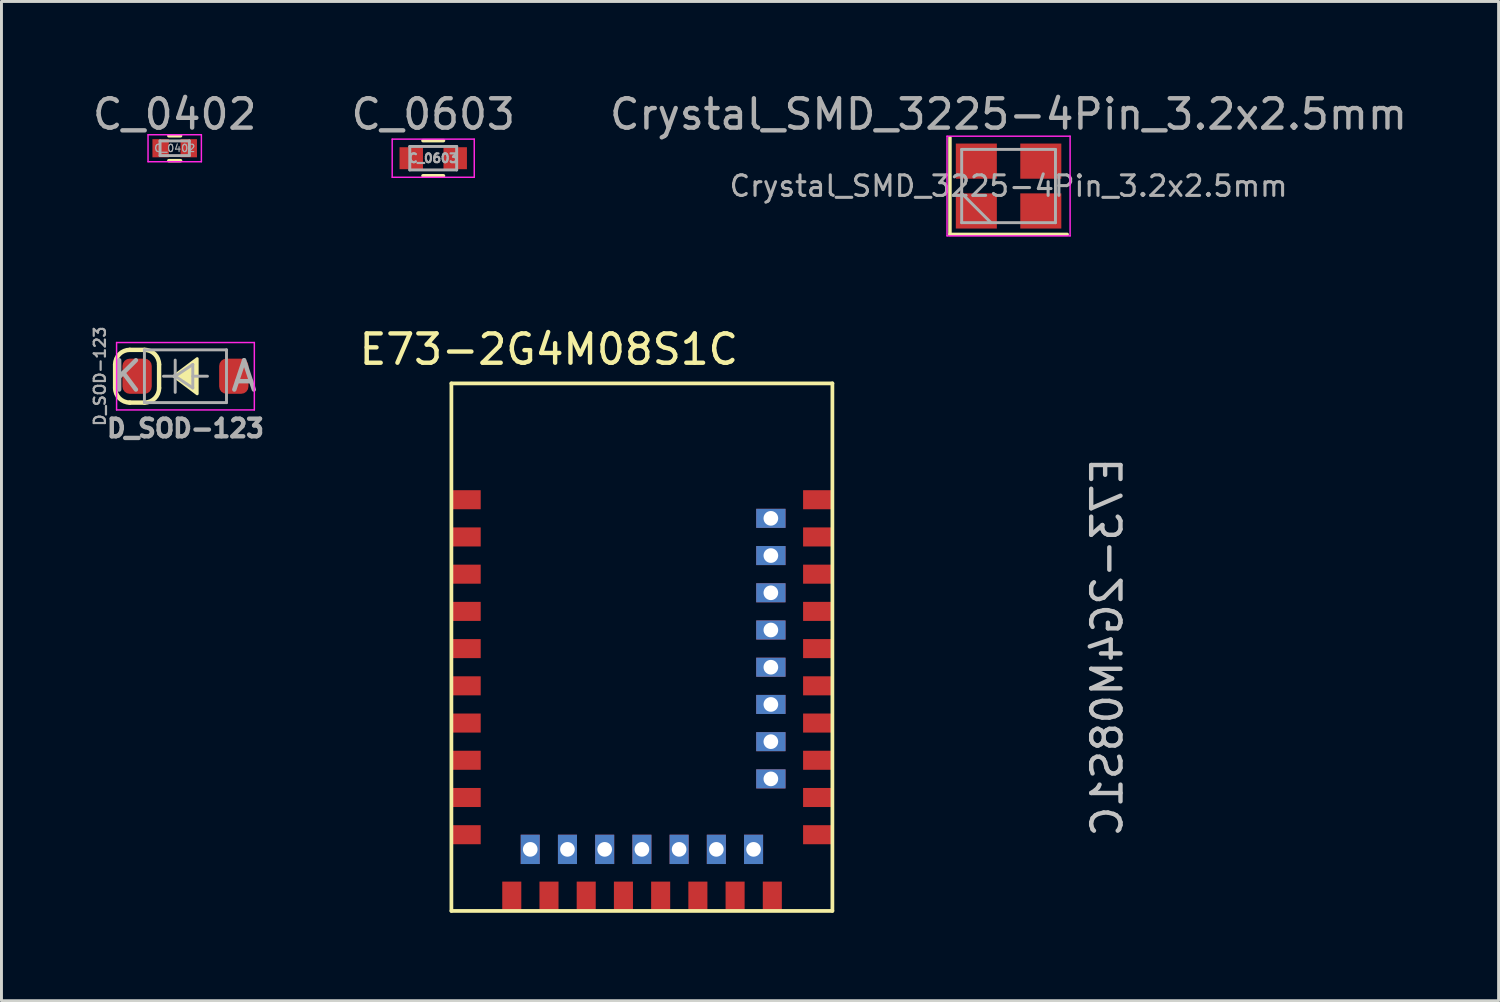
<source format=kicad_pcb>
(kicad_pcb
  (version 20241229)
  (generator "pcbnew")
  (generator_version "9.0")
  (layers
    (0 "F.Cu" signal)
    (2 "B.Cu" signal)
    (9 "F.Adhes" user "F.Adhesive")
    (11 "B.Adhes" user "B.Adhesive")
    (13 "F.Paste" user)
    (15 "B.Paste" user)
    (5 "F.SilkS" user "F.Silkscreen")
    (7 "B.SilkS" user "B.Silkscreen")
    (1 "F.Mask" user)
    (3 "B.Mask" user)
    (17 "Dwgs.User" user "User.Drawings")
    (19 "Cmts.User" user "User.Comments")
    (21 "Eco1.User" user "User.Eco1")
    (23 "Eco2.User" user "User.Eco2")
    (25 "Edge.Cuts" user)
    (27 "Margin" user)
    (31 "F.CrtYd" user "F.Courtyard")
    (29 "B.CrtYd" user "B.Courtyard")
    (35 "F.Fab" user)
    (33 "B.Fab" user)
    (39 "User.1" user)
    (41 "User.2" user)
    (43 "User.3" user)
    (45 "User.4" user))
  (footprint "D_SOD-123"
    (layer "F.Cu")
    (at 3.278 9.787)
    (property "Reference" "D_SOD-123" (at -0.00012 1.779 180) (layer "F.Fab") (effects (font (size 0.6 0.6) (thickness 0.15))))
    (attr smd)
    (fp_line (start -2.4 -0.4) (end -2.4 0.4) (stroke (width 0.15) (type solid)) (layer "F.SilkS"))
    (fp_line (start -1.9 -0.9) (end -1.4 -0.9) (stroke (width 0.15) (type solid)) (layer "F.SilkS"))
    (fp_line (start -1.4 0.9) (end -1.9 0.9) (stroke (width 0.15) (type solid)) (layer "F.SilkS"))
    (fp_line (start -0.9 -0.4) (end -0.9 0.4) (stroke (width 0.15) (type solid)) (layer "F.SilkS"))
    (fp_arc (start -2.4 -0.4) (mid -2.253553 -0.753553) (end -1.9 -0.9) (stroke (width 0.15) (type solid)) (layer "F.SilkS"))
    (fp_arc (start -1.9 0.9) (mid -2.253553 0.753553) (end -2.4 0.4) (stroke (width 0.15) (type solid)) (layer "F.SilkS"))
    (fp_arc (start -1.4 -0.9) (mid -1.046447 -0.753553) (end -0.9 -0.4) (stroke (width 0.15) (type solid)) (layer "F.SilkS"))
    (fp_arc (start -0.9 0.4) (mid -1.046447 0.753553) (end -1.4 0.9) (stroke (width 0.15) (type solid)) (layer "F.SilkS"))
    (fp_poly (pts (xy -0.4 0) (xy 0.4 -0.6) (xy 0.4 0.6)) (stroke (width 0.1) (type solid)) (fill yes) (layer "F.SilkS"))
    (fp_line (start -2.35 -1.15) (end -2.35 1.15) (stroke (width 0.05) (type solid)) (layer "F.CrtYd"))
    (fp_line (start -2.35 -1.15) (end 2.35 -1.15) (stroke (width 0.05) (type solid)) (layer "F.CrtYd"))
    (fp_line (start 2.35 -1.15) (end 2.35 1.15) (stroke (width 0.05) (type solid)) (layer "F.CrtYd"))
    (fp_line (start 2.35 1.15) (end -2.35 1.15) (stroke (width 0.05) (type solid)) (layer "F.CrtYd"))
    (fp_line (start -1.4 -0.9) (end 1.4 -0.9) (stroke (width 0.1) (type solid)) (layer "F.Fab"))
    (fp_line (start -1.4 0.9) (end -1.4 -0.9) (stroke (width 0.1) (type solid)) (layer "F.Fab"))
    (fp_line (start -0.75 0) (end -0.35 0) (stroke (width 0.1) (type solid)) (layer "F.Fab"))
    (fp_line (start -0.35 0) (end -0.35 -0.55) (stroke (width 0.1) (type solid)) (layer "F.Fab"))
    (fp_line (start -0.35 0) (end -0.35 0.55) (stroke (width 0.1) (type solid)) (layer "F.Fab"))
    (fp_line (start -0.35 0) (end 0.25 -0.4) (stroke (width 0.1) (type solid)) (layer "F.Fab"))
    (fp_line (start 0.25 -0.4) (end 0.25 0.4) (stroke (width 0.1) (type solid)) (layer "F.Fab"))
    (fp_line (start 0.25 0) (end 0.75 0) (stroke (width 0.1) (type solid)) (layer "F.Fab"))
    (fp_line (start 0.25 0.4) (end -0.35 0) (stroke (width 0.1) (type solid)) (layer "F.Fab"))
    (fp_line (start 1.4 -0.9) (end 1.4 0.9) (stroke (width 0.1) (type solid)) (layer "F.Fab"))
    (fp_line (start 1.4 0.9) (end -1.4 0.9) (stroke (width 0.1) (type solid)) (layer "F.Fab"))
    (fp_text user "K" (at -2 0 0) (layer "F.Fab") (effects (font (size 1 1) (thickness 0.15))))
    (fp_text user "A" (at 2 0 0) (layer "F.Fab") (effects (font (size 1 1) (thickness 0.15))))
    (fp_text user "${REFERENCE}" (at -2.921 0 270) (layer "F.Fab") (effects (font (size 0.381 0.381) (thickness 0.076))))
    (pad "1" smd roundrect (at -1.65 0) (size 1 1.2) (layers "F.Cu" "F.Mask" "F.Paste") (roundrect_rratio 0.25))
    (pad "2" smd roundrect (at 1.65 0) (size 1 1.2) (layers "F.Cu" "F.Mask" "F.Paste") (roundrect_rratio 0.25)))
  (footprint "C_0402"
    (layer "F.Cu")
    (at 2.911 2.008)
    (property "Reference" "C_0402" (at 0 -1.16 0) (layer "F.Fab") (effects (font (size 1 1) (thickness 0.15))))
    (attr smd)
    (fp_line (start -0.2 -0.425) (end 0.2 -0.425) (stroke (width 0.12) (type solid)) (layer "F.SilkS"))
    (fp_line (start -0.2 0.425) (end 0.2 0.425) (stroke (width 0.12) (type solid)) (layer "F.SilkS"))
    (fp_line (start -0.91 -0.46) (end 0.91 -0.46) (stroke (width 0.05) (type solid)) (layer "F.CrtYd"))
    (fp_line (start -0.91 0.46) (end -0.91 -0.46) (stroke (width 0.05) (type solid)) (layer "F.CrtYd"))
    (fp_line (start 0.91 -0.46) (end 0.91 0.46) (stroke (width 0.05) (type solid)) (layer "F.CrtYd"))
    (fp_line (start 0.91 0.46) (end -0.91 0.46) (stroke (width 0.05) (type solid)) (layer "F.CrtYd"))
    (fp_line (start -0.5 -0.25) (end 0.5 -0.25) (stroke (width 0.1) (type solid)) (layer "F.Fab"))
    (fp_line (start -0.5 0.25) (end -0.5 -0.25) (stroke (width 0.1) (type solid)) (layer "F.Fab"))
    (fp_line (start 0.5 -0.25) (end 0.5 0.25) (stroke (width 0.1) (type solid)) (layer "F.Fab"))
    (fp_line (start 0.5 0.25) (end -0.5 0.25) (stroke (width 0.1) (type solid)) (layer "F.Fab"))
    (fp_text user "${REFERENCE}" (at 0 0 0) (layer "F.Fab") (effects (font (size 0.25 0.25) (thickness 0.04))))
    (pad "1" smd rect (at -0.48 0) (size 0.56 0.62) (layers "F.Cu" "F.Mask" "F.Paste"))
    (pad "2" smd rect (at 0.48 0) (size 0.56 0.62) (layers "F.Cu" "F.Mask" "F.Paste")))
  (footprint "C_0603"
    (layer "F.Cu")
    (at 11.732 2.348)
    (property "Reference" "C_0603" (at 0 -1.5 0) (layer "F.Fab") (effects (font (size 1 1) (thickness 0.15))))
    (attr smd)
    (fp_line (start -0.35 -0.6) (end 0.35 -0.6) (stroke (width 0.12) (type solid)) (layer "F.SilkS"))
    (fp_line (start 0.35 0.6) (end -0.35 0.6) (stroke (width 0.12) (type solid)) (layer "F.SilkS"))
    (fp_line (start -1.4 -0.65) (end -1.4 0.65) (stroke (width 0.05) (type solid)) (layer "F.CrtYd"))
    (fp_line (start -1.4 -0.65) (end 1.4 -0.65) (stroke (width 0.05) (type solid)) (layer "F.CrtYd"))
    (fp_line (start 1.4 0.65) (end -1.4 0.65) (stroke (width 0.05) (type solid)) (layer "F.CrtYd"))
    (fp_line (start 1.4 0.65) (end 1.4 -0.65) (stroke (width 0.05) (type solid)) (layer "F.CrtYd"))
    (fp_line (start -0.8 -0.4) (end 0.8 -0.4) (stroke (width 0.1) (type solid)) (layer "F.Fab"))
    (fp_line (start -0.8 0.4) (end -0.8 -0.4) (stroke (width 0.1) (type solid)) (layer "F.Fab"))
    (fp_line (start 0.8 -0.4) (end 0.8 0.4) (stroke (width 0.1) (type solid)) (layer "F.Fab"))
    (fp_line (start 0.8 0.4) (end -0.8 0.4) (stroke (width 0.1) (type solid)) (layer "F.Fab"))
    (fp_text user "${REFERENCE}" (at 0 0 0) (layer "F.Fab") (effects (font (size 0.3 0.3) (thickness 0.075))))
    (pad "1" smd rect (at -0.75 0) (size 0.8 0.75) (layers "F.Cu" "F.Mask" "F.Paste"))
    (pad "2" smd rect (at 0.75 0) (size 0.8 0.75) (layers "F.Cu" "F.Mask" "F.Paste")))
  (footprint "E73-2G4M08S1C"
    (layer "F.Cu")
    (at 18.852 19.081)
    (property "Reference" "E73-2G4M08S1C" (at -3.175 -10.21 0) (layer "F.SilkS") (effects (font (size 1 1) (thickness 0.15))))
    (attr smd)
    (fp_line (start -6.5 -9.05) (end -6.5 8.95) (stroke (width 0.127) (type solid)) (layer "F.SilkS"))
    (fp_line (start -6.5 8.95) (end 6.5 8.95) (stroke (width 0.127) (type solid)) (layer "F.SilkS"))
    (fp_line (start 6.5 -9.05) (end -6.5 -9.05) (stroke (width 0.127) (type solid)) (layer "F.SilkS"))
    (fp_line (start 6.5 8.95) (end 6.5 -9.05) (stroke (width 0.127) (type solid)) (layer "F.SilkS"))
    (fp_text user "E73-2G4M08S1C" (at 15.875 -0.05 270) (layer "Dwgs.User") (effects (font (size 1 1) (thickness 0.15)) (justify mirror)))
    (pad "1" smd rect (at -6 -5.08 90) (size 0.65 1) (layers "F.Cu" "F.Mask" "F.Paste"))
    (pad "2" smd rect (at -6 -3.81 90) (size 0.65 1) (layers "F.Cu" "F.Mask" "F.Paste"))
    (pad "3" smd rect (at -6 -2.54 90) (size 0.65 1) (layers "F.Cu" "F.Mask" "F.Paste"))
    (pad "4" smd rect (at -6 -1.27 90) (size 0.65 1) (layers "F.Cu" "F.Mask" "F.Paste"))
    (pad "5" smd rect (at -6 0 90) (size 0.65 1) (layers "F.Cu" "F.Mask" "F.Paste"))
    (pad "6" smd rect (at -6 1.27 90) (size 0.65 1) (layers "F.Cu" "F.Mask" "F.Paste"))
    (pad "7" smd rect (at -6 2.54 90) (size 0.65 1) (layers "F.Cu" "F.Mask" "F.Paste"))
    (pad "8" smd rect (at -6 3.81 90) (size 0.65 1) (layers "F.Cu" "F.Mask" "F.Paste"))
    (pad "9" smd rect (at -6 5.08 90) (size 0.65 1) (layers "F.Cu" "F.Mask" "F.Paste"))
    (pad "10" smd rect (at -6 6.35 90) (size 0.65 1) (layers "F.Cu" "F.Mask" "F.Paste"))
    (pad "11" smd rect (at -4.44 8.45 90) (size 1 0.65) (layers "F.Cu" "F.Mask" "F.Paste"))
    (pad "12" thru_hole rect (at -3.81 6.85 180) (size 0.65 1) (drill 0.5) (layers "*.Cu" "*.Mask" "F.Paste"))
    (pad "13" smd rect (at -3.17 8.45 90) (size 1 0.65) (layers "F.Cu" "F.Mask" "F.Paste"))
    (pad "14" thru_hole rect (at -2.54 6.85 180) (size 0.65 1) (drill 0.5) (layers "*.Cu" "*.Mask" "F.Paste"))
    (pad "15" smd rect (at -1.9 8.45 90) (size 1 0.65) (layers "F.Cu" "F.Mask" "F.Paste"))
    (pad "16" thru_hole rect (at -1.27 6.85 180) (size 0.65 1) (drill 0.5) (layers "*.Cu" "*.Mask" "F.Paste"))
    (pad "17" smd rect (at -0.63 8.45 90) (size 1 0.65) (layers "F.Cu" "F.Mask" "F.Paste"))
    (pad "18" thru_hole rect (at 0 6.85 180) (size 0.65 1) (drill 0.5) (layers "*.Cu" "*.Mask" "F.Paste"))
    (pad "19" smd rect (at 0.64 8.45 90) (size 1 0.65) (layers "F.Cu" "F.Mask" "F.Paste"))
    (pad "20" thru_hole rect (at 1.27 6.85 180) (size 0.65 1) (drill 0.5) (layers "*.Cu" "*.Mask" "F.Paste"))
    (pad "21" smd rect (at 1.91 8.45 90) (size 1 0.65) (layers "F.Cu" "F.Mask" "F.Paste"))
    (pad "22" thru_hole rect (at 2.54 6.85 180) (size 0.65 1) (drill 0.5) (layers "*.Cu" "*.Mask" "F.Paste"))
    (pad "23" smd rect (at 3.18 8.45 90) (size 1 0.65) (layers "F.Cu" "F.Mask" "F.Paste"))
    (pad "24" thru_hole rect (at 3.81 6.85 180) (size 0.65 1) (drill 0.5) (layers "*.Cu" "*.Mask" "F.Paste"))
    (pad "25" smd rect (at 4.45 8.45 270) (size 1 0.65) (layers "F.Cu" "F.Mask" "F.Paste"))
    (pad "26" smd rect (at 6 6.35 90) (size 0.65 1) (layers "F.Cu" "F.Mask" "F.Paste"))
    (pad "27" smd rect (at 6 5.08 90) (size 0.65 1) (layers "F.Cu" "F.Mask" "F.Paste"))
    (pad "28" thru_hole rect (at 4.4 4.445 90) (size 0.65 1) (drill 0.5) (layers "*.Cu" "*.Mask" "F.Paste"))
    (pad "29" smd rect (at 6 3.81 90) (size 0.65 1) (layers "F.Cu" "F.Mask" "F.Paste"))
    (pad "30" thru_hole rect (at 4.4 3.175 90) (size 0.65 1) (drill 0.5) (layers "*.Cu" "*.Mask" "F.Paste"))
    (pad "31" smd rect (at 6 2.54 90) (size 0.65 1) (layers "F.Cu" "F.Mask" "F.Paste"))
    (pad "32" thru_hole rect (at 4.4 1.905 90) (size 0.65 1) (drill 0.5) (layers "*.Cu" "*.Mask" "F.Paste"))
    (pad "33" smd rect (at 6 1.27 90) (size 0.65 1) (layers "F.Cu" "F.Mask" "F.Paste"))
    (pad "34" thru_hole rect (at 4.4 0.635 90) (size 0.65 1) (drill 0.5) (layers "*.Cu" "*.Mask" "F.Paste"))
    (pad "35" smd rect (at 6 0 90) (size 0.65 1) (layers "F.Cu" "F.Mask" "F.Paste"))
    (pad "36" thru_hole rect (at 4.4 -0.635 90) (size 0.65 1) (drill 0.5) (layers "*.Cu" "*.Mask" "F.Paste"))
    (pad "37" smd rect (at 6 -1.27 90) (size 0.65 1) (layers "F.Cu" "F.Mask" "F.Paste"))
    (pad "38" thru_hole rect (at 4.4 -1.905 90) (size 0.65 1) (drill 0.5) (layers "*.Cu" "*.Mask" "F.Paste"))
    (pad "39" smd rect (at 6 -2.54 90) (size 0.65 1) (layers "F.Cu" "F.Mask" "F.Paste"))
    (pad "40" thru_hole rect (at 4.4 -3.175 90) (size 0.65 1) (drill 0.5) (layers "*.Cu" "*.Mask" "F.Paste"))
    (pad "41" smd rect (at 6 -3.81 90) (size 0.65 1) (layers "F.Cu" "F.Mask" "F.Paste"))
    (pad "42" thru_hole rect (at 4.4 -4.445 90) (size 0.65 1) (drill 0.5) (layers "*.Cu" "B.Mask" "F.Paste"))
    (pad "43" smd rect (at 6 -5.08 90) (size 0.65 1) (layers "F.Cu" "F.Mask" "F.Paste"))
    (zone (net_name "") (layers "F.Cu" "B.Cu") (hatch full 0.508) (connect_pads) (min_thickness 0.01) (filled_areas_thickness no) (keepout (tracks allowed) (vias not_allowed) (pads allowed) (copperpour allowed) (footprints allowed)) (placement (enabled no)) (fill) (polygon (pts (xy 12.352 10.031) (xy 25.352 10.031) (xy 25.352 13.531) (xy 12.352 13.531)))))
  (footprint "Crystal_SMD_3225-4Pin_3.2x2.5mm"
    (layer "F.Cu")
    (at 31.363 3.298)
    (property "Reference" "Crystal_SMD_3225-4Pin_3.2x2.5mm" (at 0 -2.45 0) (layer "F.Fab") (effects (font (size 1 1) (thickness 0.15))))
    (attr smd)
    (fp_line (start -2 -1.65) (end -2 1.65) (stroke (width 0.12) (type solid)) (layer "F.SilkS"))
    (fp_line (start -2 1.65) (end 2 1.65) (stroke (width 0.12) (type solid)) (layer "F.SilkS"))
    (fp_line (start -2.1 -1.7) (end -2.1 1.7) (stroke (width 0.05) (type solid)) (layer "F.CrtYd"))
    (fp_line (start -2.1 1.7) (end 2.1 1.7) (stroke (width 0.05) (type solid)) (layer "F.CrtYd"))
    (fp_line (start 2.1 -1.7) (end -2.1 -1.7) (stroke (width 0.05) (type solid)) (layer "F.CrtYd"))
    (fp_line (start 2.1 1.7) (end 2.1 -1.7) (stroke (width 0.05) (type solid)) (layer "F.CrtYd"))
    (fp_line (start -1.6 -1.25) (end -1.6 1.25) (stroke (width 0.1) (type solid)) (layer "F.Fab"))
    (fp_line (start -1.6 0.25) (end -0.6 1.25) (stroke (width 0.1) (type solid)) (layer "F.Fab"))
    (fp_line (start -1.6 1.25) (end 1.6 1.25) (stroke (width 0.1) (type solid)) (layer "F.Fab"))
    (fp_line (start 1.6 -1.25) (end -1.6 -1.25) (stroke (width 0.1) (type solid)) (layer "F.Fab"))
    (fp_line (start 1.6 1.25) (end 1.6 -1.25) (stroke (width 0.1) (type solid)) (layer "F.Fab"))
    (fp_text user "${REFERENCE}" (at 0 0 0) (layer "F.Fab") (effects (font (size 0.7 0.7) (thickness 0.105))))
    (pad "1" smd rect (at -1.1 0.85) (size 1.4 1.2) (layers "F.Cu" "F.Mask" "F.Paste"))
    (pad "2" smd rect (at 1.1 0.85) (size 1.4 1.2) (layers "F.Cu" "F.Mask" "F.Paste"))
    (pad "3" smd rect (at 1.1 -0.85) (size 1.4 1.2) (layers "F.Cu" "F.Mask" "F.Paste"))
    (pad "4" smd rect (at -1.1 -0.85) (size 1.4 1.2) (layers "F.Cu" "F.Mask" "F.Paste")))
  (gr_rect
    (start -3 -3)
    (end 48.083 31.095)
    (stroke (width 0.1) (type default))
    (fill no)
    (layer "Edge.Cuts")))
</source>
